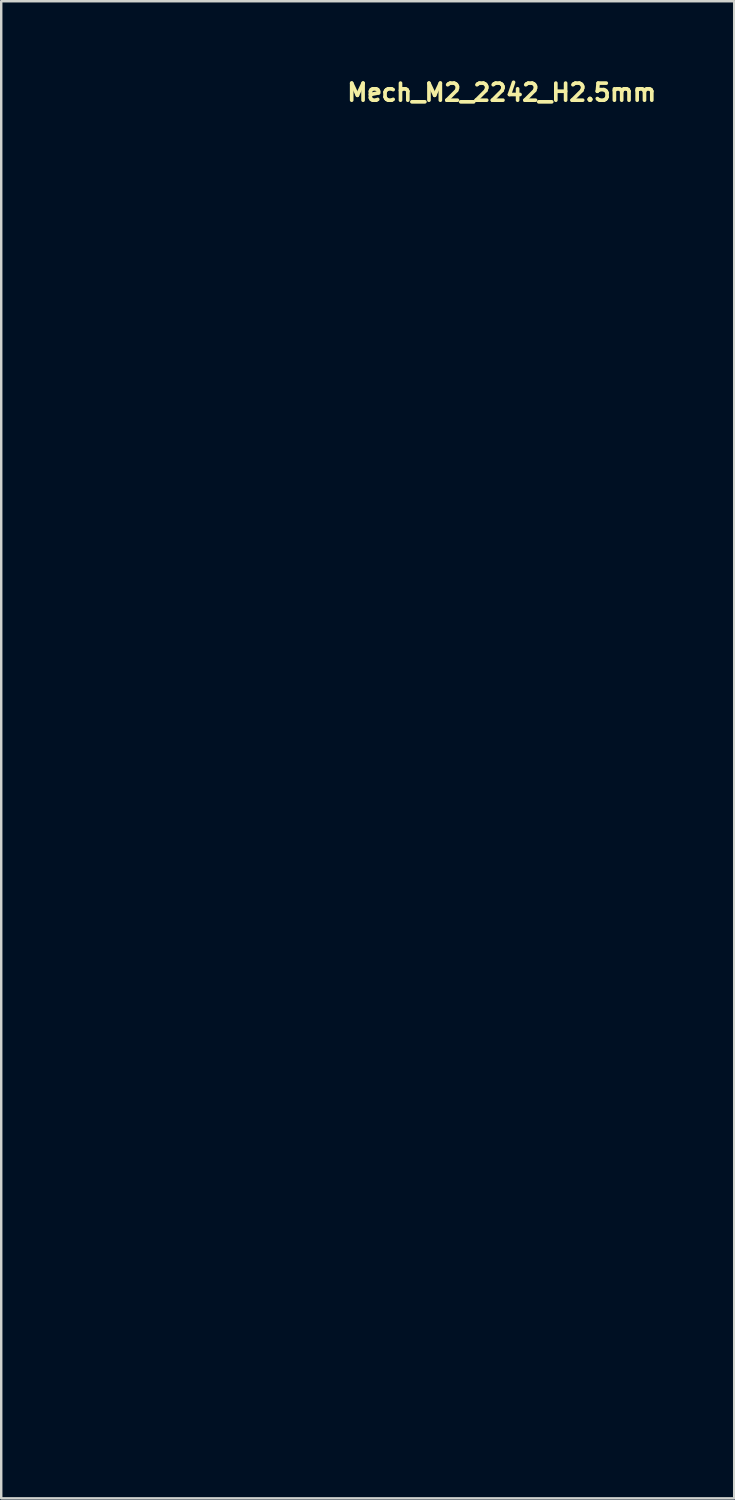
<source format=kicad_pcb>
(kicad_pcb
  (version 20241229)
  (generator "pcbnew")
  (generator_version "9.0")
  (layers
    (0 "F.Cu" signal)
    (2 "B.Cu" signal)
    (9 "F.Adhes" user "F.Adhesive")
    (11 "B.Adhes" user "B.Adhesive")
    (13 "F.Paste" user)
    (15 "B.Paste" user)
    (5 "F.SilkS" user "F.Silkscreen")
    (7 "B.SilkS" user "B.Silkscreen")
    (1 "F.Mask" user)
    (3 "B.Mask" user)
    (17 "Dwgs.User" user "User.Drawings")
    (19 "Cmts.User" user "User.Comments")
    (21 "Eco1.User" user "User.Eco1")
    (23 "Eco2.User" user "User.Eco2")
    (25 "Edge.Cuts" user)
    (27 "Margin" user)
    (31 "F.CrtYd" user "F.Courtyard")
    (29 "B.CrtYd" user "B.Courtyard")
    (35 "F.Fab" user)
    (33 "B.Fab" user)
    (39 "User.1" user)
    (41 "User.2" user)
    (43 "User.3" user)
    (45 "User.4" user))
  (footprint "Mech_M2_2242_H2.5mm"
    (layer "F.Cu")
    (at 11.1 13.26)
    (property "Reference" "Mech_M2_2242_H2.5mm" (at -0.001 -12.11 180) (layer "F.SilkS") (effects (font (size 0.7 0.7) (thickness 0.15)) (justify left bottom)))
    (attr through_hole exclude_from_pos_files exclude_from_bom allow_missing_courtyard)
    (fp_line (start -11 0) (end -11 42.001) (stroke (width 0.2) (type solid)) (layer "Eco1.User"))
    (fp_line (start -11 42.001) (end 10.999 42.001) (stroke (width 0.2) (type solid)) (layer "Eco1.User"))
    (fp_line (start 10.999 0) (end -11 0) (stroke (width 0.2) (type solid)) (layer "Eco1.User"))
    (fp_line (start 10.999 42.001) (end 10.999 0) (stroke (width 0.2) (type solid)) (layer "Eco1.User"))
    (fp_circle (center -0.001 0) (end -1.25 0) (stroke (width 0.2) (type solid)) (fill no) (layer "Eco1.User"))
    (fp_rect (start -11 0) (end 10.999 41.998) (stroke (width 0.1) (type solid)) (fill no) (layer "User.5"))
    (fp_line (start -11 0) (end -2.75 0) (stroke (width 0.02) (type solid)) (layer "User.9"))
    (fp_line (start -11 37.998) (end -11 0) (stroke (width 0.02) (type solid)) (layer "User.9"))
    (fp_line (start -11 37.998) (end 10.999 37.998) (stroke (width 0.02) (type solid)) (layer "User.9"))
    (fp_line (start -10.401 37.999) (end -10.426 37.998) (stroke (width 0.02) (type solid)) (layer "User.9"))
    (fp_line (start -10.376 38.001) (end -10.401 37.999) (stroke (width 0.02) (type solid)) (layer "User.9"))
    (fp_line (start -10.353 38.004) (end -10.376 38.001) (stroke (width 0.02) (type solid)) (layer "User.9"))
    (fp_line (start -10.327 38.008) (end -10.353 38.004) (stroke (width 0.02) (type solid)) (layer "User.9"))
    (fp_line (start -10.305 38.015) (end -10.327 38.008) (stroke (width 0.02) (type solid)) (layer "User.9"))
    (fp_line (start -10.28 38.021) (end -10.305 38.015) (stroke (width 0.02) (type solid)) (layer "User.9"))
    (fp_line (start -10.257 38.028) (end -10.28 38.021) (stroke (width 0.02) (type solid)) (layer "User.9"))
    (fp_line (start -10.234 38.037) (end -10.257 38.028) (stroke (width 0.02) (type solid)) (layer "User.9"))
    (fp_line (start -10.212 38.047) (end -10.234 38.037) (stroke (width 0.02) (type solid)) (layer "User.9"))
    (fp_line (start -10.19 38.057) (end -10.212 38.047) (stroke (width 0.02) (type solid)) (layer "User.9"))
    (fp_line (start -10.17 38.069) (end -10.19 38.057) (stroke (width 0.02) (type solid)) (layer "User.9"))
    (fp_line (start -10.148 38.083) (end -10.17 38.069) (stroke (width 0.02) (type solid)) (layer "User.9"))
    (fp_line (start -10.128 38.097) (end -10.148 38.083) (stroke (width 0.02) (type solid)) (layer "User.9"))
    (fp_line (start -10.109 38.112) (end -10.128 38.097) (stroke (width 0.02) (type solid)) (layer "User.9"))
    (fp_line (start -10.09 38.129) (end -10.109 38.112) (stroke (width 0.02) (type solid)) (layer "User.9"))
    (fp_line (start -10.073 38.146) (end -10.09 38.129) (stroke (width 0.02) (type solid)) (layer "User.9"))
    (fp_line (start -10.073 38.146) (end -10.073 38.146) (stroke (width 0.02) (type solid)) (layer "User.9"))
    (fp_line (start -10.055 38.164) (end -10.073 38.146) (stroke (width 0.02) (type solid)) (layer "User.9"))
    (fp_line (start -10.039 38.182) (end -10.055 38.164) (stroke (width 0.02) (type solid)) (layer "User.9"))
    (fp_line (start -10.025 38.202) (end -10.039 38.182) (stroke (width 0.02) (type solid)) (layer "User.9"))
    (fp_line (start -10.01 38.222) (end -10.025 38.202) (stroke (width 0.02) (type solid)) (layer "User.9"))
    (fp_line (start -9.997 38.243) (end -10.01 38.222) (stroke (width 0.02) (type solid)) (layer "User.9"))
    (fp_line (start -9.984 38.263) (end -9.997 38.243) (stroke (width 0.02) (type solid)) (layer "User.9"))
    (fp_line (start -9.974 38.286) (end -9.984 38.263) (stroke (width 0.02) (type solid)) (layer "User.9"))
    (fp_line (start -9.965 38.307) (end -9.974 38.286) (stroke (width 0.02) (type solid)) (layer "User.9"))
    (fp_line (start -9.955 38.33) (end -9.965 38.307) (stroke (width 0.02) (type solid)) (layer "User.9"))
    (fp_line (start -9.948 38.353) (end -9.955 38.33) (stroke (width 0.02) (type solid)) (layer "User.9"))
    (fp_line (start -9.942 38.377) (end -9.948 38.353) (stroke (width 0.02) (type solid)) (layer "User.9"))
    (fp_line (start -9.936 38.402) (end -9.942 38.377) (stroke (width 0.02) (type solid)) (layer "User.9"))
    (fp_line (start -9.932 38.426) (end -9.936 38.402) (stroke (width 0.02) (type solid)) (layer "User.9"))
    (fp_line (start -9.929 38.449) (end -9.932 38.426) (stroke (width 0.02) (type solid)) (layer "User.9"))
    (fp_line (start -9.926 38.475) (end -9.929 38.449) (stroke (width 0.02) (type solid)) (layer "User.9"))
    (fp_line (start -9.926 38.498) (end -9.926 38.475) (stroke (width 0.02) (type solid)) (layer "User.9"))
    (fp_line (start -9.926 41.998) (end -9.926 38.498) (stroke (width 0.02) (type solid)) (layer "User.9"))
    (fp_line (start -9.926 41.998) (end -6.726 41.998) (stroke (width 0.02) (type solid)) (layer "User.9"))
    (fp_line (start -9.426 39.998) (end -9.076 39.998) (stroke (width 0.02) (type solid)) (layer "User.9"))
    (fp_line (start -9.426 41.699) (end -9.426 39.998) (stroke (width 0.02) (type solid)) (layer "User.9"))
    (fp_line (start -9.076 39.998) (end -9.076 41.699) (stroke (width 0.02) (type solid)) (layer "User.9"))
    (fp_line (start -9.076 41.699) (end -9.426 41.699) (stroke (width 0.02) (type solid)) (layer "User.9"))
    (fp_line (start -8.926 39.998) (end -8.576 39.998) (stroke (width 0.02) (type solid)) (layer "User.9"))
    (fp_line (start -8.926 41.699) (end -8.926 39.998) (stroke (width 0.02) (type solid)) (layer "User.9"))
    (fp_line (start -8.576 39.998) (end -8.576 41.699) (stroke (width 0.02) (type solid)) (layer "User.9"))
    (fp_line (start -8.576 41.699) (end -8.926 41.699) (stroke (width 0.02) (type solid)) (layer "User.9"))
    (fp_line (start -8.426 39.998) (end -8.075 39.998) (stroke (width 0.02) (type solid)) (layer "User.9"))
    (fp_line (start -8.426 41.699) (end -8.426 39.998) (stroke (width 0.02) (type solid)) (layer "User.9"))
    (fp_line (start -8.075 39.998) (end -8.075 41.699) (stroke (width 0.02) (type solid)) (layer "User.9"))
    (fp_line (start -8.075 41.699) (end -8.426 41.699) (stroke (width 0.02) (type solid)) (layer "User.9"))
    (fp_line (start -7.925 39.998) (end -7.577 39.998) (stroke (width 0.02) (type solid)) (layer "User.9"))
    (fp_line (start -7.925 41.699) (end -7.925 39.998) (stroke (width 0.02) (type solid)) (layer "User.9"))
    (fp_line (start -7.577 39.998) (end -7.577 41.699) (stroke (width 0.02) (type solid)) (layer "User.9"))
    (fp_line (start -7.577 41.699) (end -7.925 41.699) (stroke (width 0.02) (type solid)) (layer "User.9"))
    (fp_line (start -7.425 39.998) (end -7.077 39.998) (stroke (width 0.02) (type solid)) (layer "User.9"))
    (fp_line (start -7.425 41.699) (end -7.425 39.998) (stroke (width 0.02) (type solid)) (layer "User.9"))
    (fp_line (start -7.077 39.998) (end -7.077 41.699) (stroke (width 0.02) (type solid)) (layer "User.9"))
    (fp_line (start -7.077 41.699) (end -7.425 41.699) (stroke (width 0.02) (type solid)) (layer "User.9"))
    (fp_line (start -6.726 39.068) (end -6.726 39.098) (stroke (width 0.02) (type solid)) (layer "User.9"))
    (fp_line (start -6.726 39.098) (end -6.726 41.998) (stroke (width 0.02) (type solid)) (layer "User.9"))
    (fp_line (start -6.723 39.037) (end -6.726 39.068) (stroke (width 0.02) (type solid)) (layer "User.9"))
    (fp_line (start -6.72 39.007) (end -6.723 39.037) (stroke (width 0.02) (type solid)) (layer "User.9"))
    (fp_line (start -6.713 38.978) (end -6.72 39.007) (stroke (width 0.02) (type solid)) (layer "User.9"))
    (fp_line (start -6.707 38.949) (end -6.713 38.978) (stroke (width 0.02) (type solid)) (layer "User.9"))
    (fp_line (start -6.699 38.92) (end -6.707 38.949) (stroke (width 0.02) (type solid)) (layer "User.9"))
    (fp_line (start -6.689 38.893) (end -6.699 38.92) (stroke (width 0.02) (type solid)) (layer "User.9"))
    (fp_line (start -6.678 38.865) (end -6.689 38.893) (stroke (width 0.02) (type solid)) (layer "User.9"))
    (fp_line (start -6.667 38.838) (end -6.678 38.865) (stroke (width 0.02) (type solid)) (layer "User.9"))
    (fp_line (start -6.654 38.813) (end -6.667 38.838) (stroke (width 0.02) (type solid)) (layer "User.9"))
    (fp_line (start -6.64 38.789) (end -6.654 38.813) (stroke (width 0.02) (type solid)) (layer "User.9"))
    (fp_line (start -6.624 38.763) (end -6.64 38.789) (stroke (width 0.02) (type solid)) (layer "User.9"))
    (fp_line (start -6.606 38.74) (end -6.624 38.763) (stroke (width 0.02) (type solid)) (layer "User.9"))
    (fp_line (start -6.588 38.717) (end -6.606 38.74) (stroke (width 0.02) (type solid)) (layer "User.9"))
    (fp_line (start -6.571 38.696) (end -6.588 38.717) (stroke (width 0.02) (type solid)) (layer "User.9"))
    (fp_line (start -6.55 38.675) (end -6.571 38.696) (stroke (width 0.02) (type solid)) (layer "User.9"))
    (fp_line (start -6.529 38.655) (end -6.55 38.675) (stroke (width 0.02) (type solid)) (layer "User.9"))
    (fp_line (start -6.508 38.637) (end -6.529 38.655) (stroke (width 0.02) (type solid)) (layer "User.9"))
    (fp_line (start -6.484 38.618) (end -6.508 38.637) (stroke (width 0.02) (type solid)) (layer "User.9"))
    (fp_line (start -6.462 38.601) (end -6.484 38.618) (stroke (width 0.02) (type solid)) (layer "User.9"))
    (fp_line (start -6.438 38.586) (end -6.462 38.601) (stroke (width 0.02) (type solid)) (layer "User.9"))
    (fp_line (start -6.412 38.571) (end -6.438 38.586) (stroke (width 0.02) (type solid)) (layer "User.9"))
    (fp_line (start -6.386 38.559) (end -6.412 38.571) (stroke (width 0.02) (type solid)) (layer "User.9"))
    (fp_line (start -6.359 38.547) (end -6.386 38.559) (stroke (width 0.02) (type solid)) (layer "User.9"))
    (fp_line (start -6.332 38.536) (end -6.359 38.547) (stroke (width 0.02) (type solid)) (layer "User.9"))
    (fp_line (start -6.305 38.527) (end -6.332 38.536) (stroke (width 0.02) (type solid)) (layer "User.9"))
    (fp_line (start -6.276 38.519) (end -6.305 38.527) (stroke (width 0.02) (type solid)) (layer "User.9"))
    (fp_line (start -6.247 38.512) (end -6.276 38.519) (stroke (width 0.02) (type solid)) (layer "User.9"))
    (fp_line (start -6.218 38.507) (end -6.247 38.512) (stroke (width 0.02) (type solid)) (layer "User.9"))
    (fp_line (start -6.188 38.502) (end -6.218 38.507) (stroke (width 0.02) (type solid)) (layer "User.9"))
    (fp_line (start -6.156 38.501) (end -6.188 38.502) (stroke (width 0.02) (type solid)) (layer "User.9"))
    (fp_line (start -6.125 38.499) (end -6.156 38.501) (stroke (width 0.02) (type solid)) (layer "User.9"))
    (fp_line (start -6.125 38.499) (end -6.125 38.499) (stroke (width 0.02) (type solid)) (layer "User.9"))
    (fp_line (start -6.095 38.501) (end -6.125 38.499) (stroke (width 0.02) (type solid)) (layer "User.9"))
    (fp_line (start -6.064 38.502) (end -6.095 38.501) (stroke (width 0.02) (type solid)) (layer "User.9"))
    (fp_line (start -6.034 38.507) (end -6.064 38.502) (stroke (width 0.02) (type solid)) (layer "User.9"))
    (fp_line (start -6.005 38.512) (end -6.034 38.507) (stroke (width 0.02) (type solid)) (layer "User.9"))
    (fp_line (start -5.976 38.519) (end -6.005 38.512) (stroke (width 0.02) (type solid)) (layer "User.9"))
    (fp_line (start -5.947 38.527) (end -5.976 38.519) (stroke (width 0.02) (type solid)) (layer "User.9"))
    (fp_line (start -5.92 38.536) (end -5.947 38.527) (stroke (width 0.02) (type solid)) (layer "User.9"))
    (fp_line (start -5.893 38.547) (end -5.92 38.536) (stroke (width 0.02) (type solid)) (layer "User.9"))
    (fp_line (start -5.866 38.559) (end -5.893 38.547) (stroke (width 0.02) (type solid)) (layer "User.9"))
    (fp_line (start -5.84 38.571) (end -5.866 38.559) (stroke (width 0.02) (type solid)) (layer "User.9"))
    (fp_line (start -5.814 38.586) (end -5.84 38.571) (stroke (width 0.02) (type solid)) (layer "User.9"))
    (fp_line (start -5.79 38.601) (end -5.814 38.586) (stroke (width 0.02) (type solid)) (layer "User.9"))
    (fp_line (start -5.768 38.618) (end -5.79 38.601) (stroke (width 0.02) (type solid)) (layer "User.9"))
    (fp_line (start -5.744 38.637) (end -5.768 38.618) (stroke (width 0.02) (type solid)) (layer "User.9"))
    (fp_line (start -5.723 38.655) (end -5.744 38.637) (stroke (width 0.02) (type solid)) (layer "User.9"))
    (fp_line (start -5.702 38.675) (end -5.723 38.655) (stroke (width 0.02) (type solid)) (layer "User.9"))
    (fp_line (start -5.681 38.696) (end -5.702 38.675) (stroke (width 0.02) (type solid)) (layer "User.9"))
    (fp_line (start -5.664 38.717) (end -5.681 38.696) (stroke (width 0.02) (type solid)) (layer "User.9"))
    (fp_line (start -5.646 38.74) (end -5.664 38.717) (stroke (width 0.02) (type solid)) (layer "User.9"))
    (fp_line (start -5.628 38.763) (end -5.646 38.74) (stroke (width 0.02) (type solid)) (layer "User.9"))
    (fp_line (start -5.612 38.789) (end -5.628 38.763) (stroke (width 0.02) (type solid)) (layer "User.9"))
    (fp_line (start -5.598 38.813) (end -5.612 38.789) (stroke (width 0.02) (type solid)) (layer "User.9"))
    (fp_line (start -5.585 38.838) (end -5.598 38.813) (stroke (width 0.02) (type solid)) (layer "User.9"))
    (fp_line (start -5.574 38.865) (end -5.585 38.838) (stroke (width 0.02) (type solid)) (layer "User.9"))
    (fp_line (start -5.563 38.893) (end -5.574 38.865) (stroke (width 0.02) (type solid)) (layer "User.9"))
    (fp_line (start -5.553 38.92) (end -5.563 38.893) (stroke (width 0.02) (type solid)) (layer "User.9"))
    (fp_line (start -5.545 38.949) (end -5.553 38.92) (stroke (width 0.02) (type solid)) (layer "User.9"))
    (fp_line (start -5.539 38.978) (end -5.545 38.949) (stroke (width 0.02) (type solid)) (layer "User.9"))
    (fp_line (start -5.532 39.007) (end -5.539 38.978) (stroke (width 0.02) (type solid)) (layer "User.9"))
    (fp_line (start -5.529 39.037) (end -5.532 39.007) (stroke (width 0.02) (type solid)) (layer "User.9"))
    (fp_line (start -5.526 39.068) (end -5.529 39.037) (stroke (width 0.02) (type solid)) (layer "User.9"))
    (fp_line (start -5.526 39.098) (end -5.526 39.068) (stroke (width 0.02) (type solid)) (layer "User.9"))
    (fp_line (start -5.526 39.098) (end -5.526 41.998) (stroke (width 0.02) (type solid)) (layer "User.9"))
    (fp_line (start -5.526 41.998) (end 5.025 41.998) (stroke (width 0.02) (type solid)) (layer "User.9"))
    (fp_line (start -4.925 39.998) (end -4.577 39.998) (stroke (width 0.02) (type solid)) (layer "User.9"))
    (fp_line (start -4.925 41.699) (end -4.925 39.998) (stroke (width 0.02) (type solid)) (layer "User.9"))
    (fp_line (start -4.577 39.998) (end -4.577 41.699) (stroke (width 0.02) (type solid)) (layer "User.9"))
    (fp_line (start -4.577 41.699) (end -4.925 41.699) (stroke (width 0.02) (type solid)) (layer "User.9"))
    (fp_line (start -4.425 39.998) (end -4.077 39.998) (stroke (width 0.02) (type solid)) (layer "User.9"))
    (fp_line (start -4.425 41.699) (end -4.425 39.998) (stroke (width 0.02) (type solid)) (layer "User.9"))
    (fp_line (start -4.077 39.998) (end -4.077 41.699) (stroke (width 0.02) (type solid)) (layer "User.9"))
    (fp_line (start -4.077 41.699) (end -4.425 41.699) (stroke (width 0.02) (type solid)) (layer "User.9"))
    (fp_line (start -3.926 39.998) (end -3.576 39.998) (stroke (width 0.02) (type solid)) (layer "User.9"))
    (fp_line (start -3.926 41.699) (end -3.926 39.998) (stroke (width 0.02) (type solid)) (layer "User.9"))
    (fp_line (start -3.576 39.998) (end -3.576 41.699) (stroke (width 0.02) (type solid)) (layer "User.9"))
    (fp_line (start -3.576 41.699) (end -3.926 41.699) (stroke (width 0.02) (type solid)) (layer "User.9"))
    (fp_line (start -3.426 39.998) (end -3.077 39.998) (stroke (width 0.02) (type solid)) (layer "User.9"))
    (fp_line (start -3.426 41.699) (end -3.426 39.998) (stroke (width 0.02) (type solid)) (layer "User.9"))
    (fp_line (start -3.077 39.998) (end -3.077 41.699) (stroke (width 0.02) (type solid)) (layer "User.9"))
    (fp_line (start -3.077 41.699) (end -3.426 41.699) (stroke (width 0.02) (type solid)) (layer "User.9"))
    (fp_line (start -2.926 39.998) (end -2.577 39.998) (stroke (width 0.02) (type solid)) (layer "User.9"))
    (fp_line (start -2.926 41.699) (end -2.926 39.998) (stroke (width 0.02) (type solid)) (layer "User.9"))
    (fp_line (start -2.75 0) (end -2.745 0.183) (stroke (width 0.02) (type solid)) (layer "User.9"))
    (fp_line (start -2.75 0) (end -1.75 0) (stroke (width 0.02) (type solid)) (layer "User.9"))
    (fp_line (start -2.745 0.183) (end -2.726 0.364) (stroke (width 0.02) (type solid)) (layer "User.9"))
    (fp_line (start -2.726 0.364) (end -2.698 0.541) (stroke (width 0.02) (type solid)) (layer "User.9"))
    (fp_line (start -2.698 0.541) (end -2.656 0.716) (stroke (width 0.02) (type solid)) (layer "User.9"))
    (fp_line (start -2.656 0.716) (end -2.604 0.887) (stroke (width 0.02) (type solid)) (layer "User.9"))
    (fp_line (start -2.604 0.887) (end -2.54 1.055) (stroke (width 0.02) (type solid)) (layer "User.9"))
    (fp_line (start -2.577 39.998) (end -2.577 41.699) (stroke (width 0.02) (type solid)) (layer "User.9"))
    (fp_line (start -2.577 41.699) (end -2.926 41.699) (stroke (width 0.02) (type solid)) (layer "User.9"))
    (fp_line (start -2.54 1.055) (end -2.467 1.218) (stroke (width 0.02) (type solid)) (layer "User.9"))
    (fp_line (start -2.467 1.218) (end -2.383 1.375) (stroke (width 0.02) (type solid)) (layer "User.9"))
    (fp_line (start -2.426 39.998) (end -2.077 39.998) (stroke (width 0.02) (type solid)) (layer "User.9"))
    (fp_line (start -2.426 41.699) (end -2.426 39.998) (stroke (width 0.02) (type solid)) (layer "User.9"))
    (fp_line (start -2.383 1.375) (end -2.289 1.526) (stroke (width 0.02) (type solid)) (layer "User.9"))
    (fp_line (start -2.289 1.526) (end -2.185 1.67) (stroke (width 0.02) (type solid)) (layer "User.9"))
    (fp_line (start -2.185 1.67) (end -2.072 1.809) (stroke (width 0.02) (type solid)) (layer "User.9"))
    (fp_line (start -2.077 39.998) (end -2.077 41.699) (stroke (width 0.02) (type solid)) (layer "User.9"))
    (fp_line (start -2.077 41.699) (end -2.426 41.699) (stroke (width 0.02) (type solid)) (layer "User.9"))
    (fp_line (start -2.072 1.809) (end -1.95 1.94) (stroke (width 0.02) (type solid)) (layer "User.9"))
    (fp_line (start -1.95 1.94) (end -1.819 2.062) (stroke (width 0.02) (type solid)) (layer "User.9"))
    (fp_line (start -1.926 39.998) (end -1.575 39.998) (stroke (width 0.02) (type solid)) (layer "User.9"))
    (fp_line (start -1.926 41.699) (end -1.926 39.998) (stroke (width 0.02) (type solid)) (layer "User.9"))
    (fp_line (start -1.819 2.062) (end -1.68 2.178) (stroke (width 0.02) (type solid)) (layer "User.9"))
    (fp_line (start -1.75 0) (end -1.748 0.116) (stroke (width 0.02) (type solid)) (layer "User.9"))
    (fp_line (start -1.748 0.116) (end -1.736 0.23) (stroke (width 0.02) (type solid)) (layer "User.9"))
    (fp_line (start -1.736 0.23) (end -1.716 0.344) (stroke (width 0.02) (type solid)) (layer "User.9"))
    (fp_line (start -1.716 0.344) (end -1.69 0.455) (stroke (width 0.02) (type solid)) (layer "User.9"))
    (fp_line (start -1.69 0.455) (end -1.657 0.565) (stroke (width 0.02) (type solid)) (layer "User.9"))
    (fp_line (start -1.68 2.178) (end -1.532 2.283) (stroke (width 0.02) (type solid)) (layer "User.9"))
    (fp_line (start -1.657 0.565) (end -1.617 0.67) (stroke (width 0.02) (type solid)) (layer "User.9"))
    (fp_line (start -1.617 0.67) (end -1.569 0.774) (stroke (width 0.02) (type solid)) (layer "User.9"))
    (fp_line (start -1.575 39.998) (end -1.575 41.699) (stroke (width 0.02) (type solid)) (layer "User.9"))
    (fp_line (start -1.575 41.699) (end -1.926 41.699) (stroke (width 0.02) (type solid)) (layer "User.9"))
    (fp_line (start -1.569 0.774) (end -1.516 0.873) (stroke (width 0.02) (type solid)) (layer "User.9"))
    (fp_line (start -1.532 2.283) (end -1.375 2.381) (stroke (width 0.02) (type solid)) (layer "User.9"))
    (fp_line (start -1.516 0.873) (end -1.456 0.971) (stroke (width 0.02) (type solid)) (layer "User.9"))
    (fp_line (start -1.456 0.971) (end -1.391 1.062) (stroke (width 0.02) (type solid)) (layer "User.9"))
    (fp_line (start -1.426 39.998) (end -1.075 39.998) (stroke (width 0.02) (type solid)) (layer "User.9"))
    (fp_line (start -1.426 41.699) (end -1.426 39.998) (stroke (width 0.02) (type solid)) (layer "User.9"))
    (fp_line (start -1.391 1.062) (end -1.319 1.151) (stroke (width 0.02) (type solid)) (layer "User.9"))
    (fp_line (start -1.375 2.381) (end -1.375 2.381) (stroke (width 0.02) (type solid)) (layer "User.9"))
    (fp_line (start -1.375 2.381) (end -1.214 2.466) (stroke (width 0.02) (type solid)) (layer "User.9"))
    (fp_line (start -1.319 1.151) (end -1.242 1.233) (stroke (width 0.02) (type solid)) (layer "User.9"))
    (fp_line (start -1.242 1.233) (end -1.158 1.312) (stroke (width 0.02) (type solid)) (layer "User.9"))
    (fp_line (start -1.214 2.466) (end -1.049 2.541) (stroke (width 0.02) (type solid)) (layer "User.9"))
    (fp_line (start -1.158 1.312) (end -1.069 1.385) (stroke (width 0.02) (type solid)) (layer "User.9"))
    (fp_line (start -1.075 39.998) (end -1.075 41.699) (stroke (width 0.02) (type solid)) (layer "User.9"))
    (fp_line (start -1.075 41.699) (end -1.426 41.699) (stroke (width 0.02) (type solid)) (layer "User.9"))
    (fp_line (start -1.069 1.385) (end -0.975 1.452) (stroke (width 0.02) (type solid)) (layer "User.9"))
    (fp_line (start -1.049 2.541) (end -0.879 2.605) (stroke (width 0.02) (type solid)) (layer "User.9"))
    (fp_line (start -0.975 1.452) (end -0.875 1.515) (stroke (width 0.02) (type solid)) (layer "User.9"))
    (fp_line (start -0.927 39.998) (end -0.576 39.998) (stroke (width 0.02) (type solid)) (layer "User.9"))
    (fp_line (start -0.927 41.699) (end -0.927 39.998) (stroke (width 0.02) (type solid)) (layer "User.9"))
    (fp_line (start -0.879 2.605) (end -0.707 2.657) (stroke (width 0.02) (type solid)) (layer "User.9"))
    (fp_line (start -0.875 1.515) (end -0.875 1.515) (stroke (width 0.02) (type solid)) (layer "User.9"))
    (fp_line (start -0.875 1.515) (end -0.774 1.57) (stroke (width 0.02) (type solid)) (layer "User.9"))
    (fp_line (start -0.774 1.57) (end -0.668 1.617) (stroke (width 0.02) (type solid)) (layer "User.9"))
    (fp_line (start -0.707 2.657) (end -0.533 2.698) (stroke (width 0.02) (type solid)) (layer "User.9"))
    (fp_line (start -0.668 1.617) (end -0.56 1.658) (stroke (width 0.02) (type solid)) (layer "User.9"))
    (fp_line (start -0.576 39.998) (end -0.576 41.699) (stroke (width 0.02) (type solid)) (layer "User.9"))
    (fp_line (start -0.576 41.699) (end -0.927 41.699) (stroke (width 0.02) (type solid)) (layer "User.9"))
    (fp_line (start -0.56 1.658) (end -0.451 1.69) (stroke (width 0.02) (type solid)) (layer "User.9"))
    (fp_line (start -0.533 2.698) (end -0.356 2.725) (stroke (width 0.02) (type solid)) (layer "User.9"))
    (fp_line (start -0.451 1.69) (end -0.34 1.716) (stroke (width 0.02) (type solid)) (layer "User.9"))
    (fp_line (start -0.425 39.998) (end -0.075 39.998) (stroke (width 0.02) (type solid)) (layer "User.9"))
    (fp_line (start -0.425 41.699) (end -0.425 39.998) (stroke (width 0.02) (type solid)) (layer "User.9"))
    (fp_line (start -0.356 2.725) (end -0.178 2.744) (stroke (width 0.02) (type solid)) (layer "User.9"))
    (fp_line (start -0.34 1.716) (end -0.228 1.734) (stroke (width 0.02) (type solid)) (layer "User.9"))
    (fp_line (start -0.228 1.734) (end -0.115 1.745) (stroke (width 0.02) (type solid)) (layer "User.9"))
    (fp_line (start -0.178 2.744) (end 0 2.75) (stroke (width 0.02) (type solid)) (layer "User.9"))
    (fp_line (start -0.115 1.745) (end 0 1.748) (stroke (width 0.02) (type solid)) (layer "User.9"))
    (fp_line (start -0.075 39.998) (end -0.075 41.699) (stroke (width 0.02) (type solid)) (layer "User.9"))
    (fp_line (start -0.075 41.699) (end -0.425 41.699) (stroke (width 0.02) (type solid)) (layer "User.9"))
    (fp_line (start 0 1.748) (end 0.113 1.745) (stroke (width 0.02) (type solid)) (layer "User.9"))
    (fp_line (start 0 2.75) (end 0.176 2.744) (stroke (width 0.02) (type solid)) (layer "User.9"))
    (fp_line (start 0.073 39.998) (end 0.423 39.998) (stroke (width 0.02) (type solid)) (layer "User.9"))
    (fp_line (start 0.073 41.699) (end 0.073 39.998) (stroke (width 0.02) (type solid)) (layer "User.9"))
    (fp_line (start 0.113 1.745) (end 0.226 1.734) (stroke (width 0.02) (type solid)) (layer "User.9"))
    (fp_line (start 0.176 2.744) (end 0.354 2.725) (stroke (width 0.02) (type solid)) (layer "User.9"))
    (fp_line (start 0.226 1.734) (end 0.338 1.716) (stroke (width 0.02) (type solid)) (layer "User.9"))
    (fp_line (start 0.338 1.716) (end 0.449 1.69) (stroke (width 0.02) (type solid)) (layer "User.9"))
    (fp_line (start 0.354 2.725) (end 0.531 2.698) (stroke (width 0.02) (type solid)) (layer "User.9"))
    (fp_line (start 0.423 39.998) (end 0.423 41.699) (stroke (width 0.02) (type solid)) (layer "User.9"))
    (fp_line (start 0.423 41.699) (end 0.073 41.699) (stroke (width 0.02) (type solid)) (layer "User.9"))
    (fp_line (start 0.449 1.69) (end 0.558 1.658) (stroke (width 0.02) (type solid)) (layer "User.9"))
    (fp_line (start 0.531 2.698) (end 0.705 2.657) (stroke (width 0.02) (type solid)) (layer "User.9"))
    (fp_line (start 0.558 1.658) (end 0.666 1.617) (stroke (width 0.02) (type solid)) (layer "User.9"))
    (fp_line (start 0.574 39.998) (end 0.925 39.998) (stroke (width 0.02) (type solid)) (layer "User.9"))
    (fp_line (start 0.574 41.699) (end 0.574 39.998) (stroke (width 0.02) (type solid)) (layer "User.9"))
    (fp_line (start 0.666 1.617) (end 0.772 1.57) (stroke (width 0.02) (type solid)) (layer "User.9"))
    (fp_line (start 0.705 2.657) (end 0.877 2.605) (stroke (width 0.02) (type solid)) (layer "User.9"))
    (fp_line (start 0.772 1.57) (end 0.873 1.515) (stroke (width 0.02) (type solid)) (layer "User.9"))
    (fp_line (start 0.873 1.515) (end 0.873 1.515) (stroke (width 0.02) (type solid)) (layer "User.9"))
    (fp_line (start 0.873 1.515) (end 0.925 1.484) (stroke (width 0.02) (type solid)) (layer "User.9"))
    (fp_line (start 0.877 2.605) (end 1.046 2.541) (stroke (width 0.02) (type solid)) (layer "User.9"))
    (fp_line (start 0.925 1.484) (end 0.973 1.452) (stroke (width 0.02) (type solid)) (layer "User.9"))
    (fp_line (start 0.925 39.998) (end 0.925 41.699) (stroke (width 0.02) (type solid)) (layer "User.9"))
    (fp_line (start 0.925 41.699) (end 0.574 41.699) (stroke (width 0.02) (type solid)) (layer "User.9"))
    (fp_line (start 0.973 1.452) (end 1.021 1.419) (stroke (width 0.02) (type solid)) (layer "User.9"))
    (fp_line (start 1.021 1.419) (end 1.068 1.385) (stroke (width 0.02) (type solid)) (layer "User.9"))
    (fp_line (start 1.046 2.541) (end 1.213 2.466) (stroke (width 0.02) (type solid)) (layer "User.9"))
    (fp_line (start 1.068 1.385) (end 1.112 1.349) (stroke (width 0.02) (type solid)) (layer "User.9"))
    (fp_line (start 1.074 39.998) (end 1.425 39.998) (stroke (width 0.02) (type solid)) (layer "User.9"))
    (fp_line (start 1.074 41.699) (end 1.074 39.998) (stroke (width 0.02) (type solid)) (layer "User.9"))
    (fp_line (start 1.112 1.349) (end 1.155 1.312) (stroke (width 0.02) (type solid)) (layer "User.9"))
    (fp_line (start 1.155 1.312) (end 1.199 1.274) (stroke (width 0.02) (type solid)) (layer "User.9"))
    (fp_line (start 1.199 1.274) (end 1.239 1.233) (stroke (width 0.02) (type solid)) (layer "User.9"))
    (fp_line (start 1.213 2.466) (end 1.374 2.381) (stroke (width 0.02) (type solid)) (layer "User.9"))
    (fp_line (start 1.239 1.233) (end 1.279 1.192) (stroke (width 0.02) (type solid)) (layer "User.9"))
    (fp_line (start 1.279 1.192) (end 1.316 1.151) (stroke (width 0.02) (type solid)) (layer "User.9"))
    (fp_line (start 1.316 1.151) (end 1.354 1.108) (stroke (width 0.02) (type solid)) (layer "User.9"))
    (fp_line (start 1.354 1.108) (end 1.388 1.062) (stroke (width 0.02) (type solid)) (layer "User.9"))
    (fp_line (start 1.374 2.381) (end 1.374 2.381) (stroke (width 0.02) (type solid)) (layer "User.9"))
    (fp_line (start 1.374 2.381) (end 1.453 2.334) (stroke (width 0.02) (type solid)) (layer "User.9"))
    (fp_line (start 1.388 1.062) (end 1.423 1.016) (stroke (width 0.02) (type solid)) (layer "User.9"))
    (fp_line (start 1.423 1.016) (end 1.455 0.971) (stroke (width 0.02) (type solid)) (layer "User.9"))
    (fp_line (start 1.425 39.998) (end 1.425 41.699) (stroke (width 0.02) (type solid)) (layer "User.9"))
    (fp_line (start 1.425 41.699) (end 1.074 41.699) (stroke (width 0.02) (type solid)) (layer "User.9"))
    (fp_line (start 1.453 2.334) (end 1.529 2.283) (stroke (width 0.02) (type solid)) (layer "User.9"))
    (fp_line (start 1.455 0.971) (end 1.485 0.922) (stroke (width 0.02) (type solid)) (layer "User.9"))
    (fp_line (start 1.485 0.922) (end 1.515 0.873) (stroke (width 0.02) (type solid)) (layer "User.9"))
    (fp_line (start 1.515 0.873) (end 1.542 0.824) (stroke (width 0.02) (type solid)) (layer "User.9"))
    (fp_line (start 1.529 2.283) (end 1.604 2.231) (stroke (width 0.02) (type solid)) (layer "User.9"))
    (fp_line (start 1.542 0.824) (end 1.568 0.774) (stroke (width 0.02) (type solid)) (layer "User.9"))
    (fp_line (start 1.568 0.774) (end 1.592 0.722) (stroke (width 0.02) (type solid)) (layer "User.9"))
    (fp_line (start 1.574 39.998) (end 1.925 39.998) (stroke (width 0.02) (type solid)) (layer "User.9"))
    (fp_line (start 1.574 41.699) (end 1.574 39.998) (stroke (width 0.02) (type solid)) (layer "User.9"))
    (fp_line (start 1.592 0.722) (end 1.614 0.67) (stroke (width 0.02) (type solid)) (layer "User.9"))
    (fp_line (start 1.604 2.231) (end 1.677 2.178) (stroke (width 0.02) (type solid)) (layer "User.9"))
    (fp_line (start 1.614 0.67) (end 1.636 0.619) (stroke (width 0.02) (type solid)) (layer "User.9"))
    (fp_line (start 1.636 0.619) (end 1.656 0.565) (stroke (width 0.02) (type solid)) (layer "User.9"))
    (fp_line (start 1.656 0.565) (end 1.673 0.51) (stroke (width 0.02) (type solid)) (layer "User.9"))
    (fp_line (start 1.673 0.51) (end 1.689 0.455) (stroke (width 0.02) (type solid)) (layer "User.9"))
    (fp_line (start 1.677 2.178) (end 1.749 2.122) (stroke (width 0.02) (type solid)) (layer "User.9"))
    (fp_line (start 1.689 0.455) (end 1.703 0.401) (stroke (width 0.02) (type solid)) (layer "User.9"))
    (fp_line (start 1.703 0.401) (end 1.715 0.344) (stroke (width 0.02) (type solid)) (layer "User.9"))
    (fp_line (start 1.715 0.344) (end 1.725 0.288) (stroke (width 0.02) (type solid)) (layer "User.9"))
    (fp_line (start 1.725 0.288) (end 1.733 0.23) (stroke (width 0.02) (type solid)) (layer "User.9"))
    (fp_line (start 1.733 0.23) (end 1.741 0.173) (stroke (width 0.02) (type solid)) (layer "User.9"))
    (fp_line (start 1.741 0.173) (end 1.745 0.116) (stroke (width 0.02) (type solid)) (layer "User.9"))
    (fp_line (start 1.745 0.116) (end 1.749 0.058) (stroke (width 0.02) (type solid)) (layer "User.9"))
    (fp_line (start 1.749 0) (end 2.749 0) (stroke (width 0.02) (type solid)) (layer "User.9"))
    (fp_line (start 1.749 0.058) (end 1.749 0) (stroke (width 0.02) (type solid)) (layer "User.9"))
    (fp_line (start 1.749 2.122) (end 1.816 2.062) (stroke (width 0.02) (type solid)) (layer "User.9"))
    (fp_line (start 1.816 2.062) (end 1.884 2.001) (stroke (width 0.02) (type solid)) (layer "User.9"))
    (fp_line (start 1.884 2.001) (end 1.947 1.94) (stroke (width 0.02) (type solid)) (layer "User.9"))
    (fp_line (start 1.925 39.998) (end 1.925 41.699) (stroke (width 0.02) (type solid)) (layer "User.9"))
    (fp_line (start 1.925 41.699) (end 1.574 41.699) (stroke (width 0.02) (type solid)) (layer "User.9"))
    (fp_line (start 1.947 1.94) (end 2.01 1.875) (stroke (width 0.02) (type solid)) (layer "User.9"))
    (fp_line (start 2.01 1.875) (end 2.069 1.809) (stroke (width 0.02) (type solid)) (layer "User.9"))
    (fp_line (start 2.069 1.809) (end 2.128 1.741) (stroke (width 0.02) (type solid)) (layer "User.9"))
    (fp_line (start 2.075 39.998) (end 2.423 39.998) (stroke (width 0.02) (type solid)) (layer "User.9"))
    (fp_line (start 2.075 41.699) (end 2.075 39.998) (stroke (width 0.02) (type solid)) (layer "User.9"))
    (fp_line (start 2.128 1.741) (end 2.182 1.67) (stroke (width 0.02) (type solid)) (layer "User.9"))
    (fp_line (start 2.182 1.67) (end 2.236 1.599) (stroke (width 0.02) (type solid)) (layer "User.9"))
    (fp_line (start 2.236 1.599) (end 2.286 1.526) (stroke (width 0.02) (type solid)) (layer "User.9"))
    (fp_line (start 2.286 1.526) (end 2.334 1.451) (stroke (width 0.02) (type solid)) (layer "User.9"))
    (fp_line (start 2.334 1.451) (end 2.381 1.375) (stroke (width 0.02) (type solid)) (layer "User.9"))
    (fp_line (start 2.381 1.375) (end 2.423 1.297) (stroke (width 0.02) (type solid)) (layer "User.9"))
    (fp_line (start 2.423 1.297) (end 2.464 1.218) (stroke (width 0.02) (type solid)) (layer "User.9"))
    (fp_line (start 2.423 39.998) (end 2.423 41.699) (stroke (width 0.02) (type solid)) (layer "User.9"))
    (fp_line (start 2.423 41.699) (end 2.075 41.699) (stroke (width 0.02) (type solid)) (layer "User.9"))
    (fp_line (start 2.464 1.218) (end 2.503 1.137) (stroke (width 0.02) (type solid)) (layer "User.9"))
    (fp_line (start 2.503 1.137) (end 2.539 1.055) (stroke (width 0.02) (type solid)) (layer "User.9"))
    (fp_line (start 2.539 1.055) (end 2.572 0.972) (stroke (width 0.02) (type solid)) (layer "User.9"))
    (fp_line (start 2.572 0.972) (end 2.601 0.887) (stroke (width 0.02) (type solid)) (layer "User.9"))
    (fp_line (start 2.575 39.998) (end 2.923 39.998) (stroke (width 0.02) (type solid)) (layer "User.9"))
    (fp_line (start 2.575 41.699) (end 2.575 39.998) (stroke (width 0.02) (type solid)) (layer "User.9"))
    (fp_line (start 2.601 0.887) (end 2.629 0.803) (stroke (width 0.02) (type solid)) (layer "User.9"))
    (fp_line (start 2.629 0.803) (end 2.653 0.716) (stroke (width 0.02) (type solid)) (layer "User.9"))
    (fp_line (start 2.653 0.716) (end 2.676 0.629) (stroke (width 0.02) (type solid)) (layer "User.9"))
    (fp_line (start 2.676 0.629) (end 2.696 0.541) (stroke (width 0.02) (type solid)) (layer "User.9"))
    (fp_line (start 2.696 0.541) (end 2.712 0.452) (stroke (width 0.02) (type solid)) (layer "User.9"))
    (fp_line (start 2.712 0.452) (end 2.725 0.364) (stroke (width 0.02) (type solid)) (layer "User.9"))
    (fp_line (start 2.725 0.364) (end 2.736 0.274) (stroke (width 0.02) (type solid)) (layer "User.9"))
    (fp_line (start 2.736 0.274) (end 2.742 0.183) (stroke (width 0.02) (type solid)) (layer "User.9"))
    (fp_line (start 2.742 0.183) (end 2.748 0.091) (stroke (width 0.02) (type solid)) (layer "User.9"))
    (fp_line (start 2.748 0.091) (end 2.749 0) (stroke (width 0.02) (type solid)) (layer "User.9"))
    (fp_line (start 2.923 39.998) (end 2.923 41.699) (stroke (width 0.02) (type solid)) (layer "User.9"))
    (fp_line (start 2.923 41.699) (end 2.575 41.699) (stroke (width 0.02) (type solid)) (layer "User.9"))
    (fp_line (start 3.075 39.998) (end 3.423 39.998) (stroke (width 0.02) (type solid)) (layer "User.9"))
    (fp_line (start 3.075 41.699) (end 3.075 39.998) (stroke (width 0.02) (type solid)) (layer "User.9"))
    (fp_line (start 3.423 39.998) (end 3.423 41.699) (stroke (width 0.02) (type solid)) (layer "User.9"))
    (fp_line (start 3.423 41.699) (end 3.075 41.699) (stroke (width 0.02) (type solid)) (layer "User.9"))
    (fp_line (start 3.575 39.998) (end 3.923 39.998) (stroke (width 0.02) (type solid)) (layer "User.9"))
    (fp_line (start 3.575 41.699) (end 3.575 39.998) (stroke (width 0.02) (type solid)) (layer "User.9"))
    (fp_line (start 3.923 39.998) (end 3.923 41.699) (stroke (width 0.02) (type solid)) (layer "User.9"))
    (fp_line (start 3.923 41.699) (end 3.575 41.699) (stroke (width 0.02) (type solid)) (layer "User.9"))
    (fp_line (start 4.075 39.998) (end 4.424 39.998) (stroke (width 0.02) (type solid)) (layer "User.9"))
    (fp_line (start 4.075 41.699) (end 4.075 39.998) (stroke (width 0.02) (type solid)) (layer "User.9"))
    (fp_line (start 4.424 39.998) (end 4.424 41.699) (stroke (width 0.02) (type solid)) (layer "User.9"))
    (fp_line (start 4.424 41.699) (end 4.075 41.699) (stroke (width 0.02) (type solid)) (layer "User.9"))
    (fp_line (start 5.025 39.068) (end 5.025 39.098) (stroke (width 0.02) (type solid)) (layer "User.9"))
    (fp_line (start 5.025 39.098) (end 5.025 41.998) (stroke (width 0.02) (type solid)) (layer "User.9"))
    (fp_line (start 5.028 39.037) (end 5.025 39.068) (stroke (width 0.02) (type solid)) (layer "User.9"))
    (fp_line (start 5.03 39.007) (end 5.028 39.037) (stroke (width 0.02) (type solid)) (layer "User.9"))
    (fp_line (start 5.036 38.978) (end 5.03 39.007) (stroke (width 0.02) (type solid)) (layer "User.9"))
    (fp_line (start 5.043 38.949) (end 5.036 38.978) (stroke (width 0.02) (type solid)) (layer "User.9"))
    (fp_line (start 5.052 38.92) (end 5.043 38.949) (stroke (width 0.02) (type solid)) (layer "User.9"))
    (fp_line (start 5.06 38.893) (end 5.052 38.92) (stroke (width 0.02) (type solid)) (layer "User.9"))
    (fp_line (start 5.071 38.865) (end 5.06 38.893) (stroke (width 0.02) (type solid)) (layer "User.9"))
    (fp_line (start 5.084 38.838) (end 5.071 38.865) (stroke (width 0.02) (type solid)) (layer "User.9"))
    (fp_line (start 5.097 38.813) (end 5.084 38.838) (stroke (width 0.02) (type solid)) (layer "User.9"))
    (fp_line (start 5.11 38.789) (end 5.097 38.813) (stroke (width 0.02) (type solid)) (layer "User.9"))
    (fp_line (start 5.126 38.763) (end 5.11 38.789) (stroke (width 0.02) (type solid)) (layer "User.9"))
    (fp_line (start 5.144 38.74) (end 5.126 38.763) (stroke (width 0.02) (type solid)) (layer "User.9"))
    (fp_line (start 5.161 38.717) (end 5.144 38.74) (stroke (width 0.02) (type solid)) (layer "User.9"))
    (fp_line (start 5.179 38.696) (end 5.161 38.717) (stroke (width 0.02) (type solid)) (layer "User.9"))
    (fp_line (start 5.2 38.675) (end 5.179 38.696) (stroke (width 0.02) (type solid)) (layer "User.9"))
    (fp_line (start 5.22 38.655) (end 5.2 38.675) (stroke (width 0.02) (type solid)) (layer "User.9"))
    (fp_line (start 5.243 38.637) (end 5.22 38.655) (stroke (width 0.02) (type solid)) (layer "User.9"))
    (fp_line (start 5.265 38.618) (end 5.243 38.637) (stroke (width 0.02) (type solid)) (layer "User.9"))
    (fp_line (start 5.288 38.601) (end 5.265 38.618) (stroke (width 0.02) (type solid)) (layer "User.9"))
    (fp_line (start 5.312 38.586) (end 5.288 38.601) (stroke (width 0.02) (type solid)) (layer "User.9"))
    (fp_line (start 5.339 38.571) (end 5.312 38.586) (stroke (width 0.02) (type solid)) (layer "User.9"))
    (fp_line (start 5.363 38.559) (end 5.339 38.571) (stroke (width 0.02) (type solid)) (layer "User.9"))
    (fp_line (start 5.39 38.547) (end 5.363 38.559) (stroke (width 0.02) (type solid)) (layer "User.9"))
    (fp_line (start 5.418 38.536) (end 5.39 38.547) (stroke (width 0.02) (type solid)) (layer "User.9"))
    (fp_line (start 5.445 38.527) (end 5.418 38.536) (stroke (width 0.02) (type solid)) (layer "User.9"))
    (fp_line (start 5.475 38.519) (end 5.445 38.527) (stroke (width 0.02) (type solid)) (layer "User.9"))
    (fp_line (start 5.504 38.512) (end 5.475 38.519) (stroke (width 0.02) (type solid)) (layer "User.9"))
    (fp_line (start 5.533 38.507) (end 5.504 38.512) (stroke (width 0.02) (type solid)) (layer "User.9"))
    (fp_line (start 5.562 38.502) (end 5.533 38.507) (stroke (width 0.02) (type solid)) (layer "User.9"))
    (fp_line (start 5.594 38.501) (end 5.562 38.502) (stroke (width 0.02) (type solid)) (layer "User.9"))
    (fp_line (start 5.624 38.499) (end 5.594 38.501) (stroke (width 0.02) (type solid)) (layer "User.9"))
    (fp_line (start 5.624 38.499) (end 5.624 38.499) (stroke (width 0.02) (type solid)) (layer "User.9"))
    (fp_line (start 5.655 38.501) (end 5.624 38.499) (stroke (width 0.02) (type solid)) (layer "User.9"))
    (fp_line (start 5.685 38.502) (end 5.655 38.501) (stroke (width 0.02) (type solid)) (layer "User.9"))
    (fp_line (start 5.716 38.507) (end 5.685 38.502) (stroke (width 0.02) (type solid)) (layer "User.9"))
    (fp_line (start 5.744 38.512) (end 5.716 38.507) (stroke (width 0.02) (type solid)) (layer "User.9"))
    (fp_line (start 5.773 38.519) (end 5.744 38.512) (stroke (width 0.02) (type solid)) (layer "User.9"))
    (fp_line (start 5.802 38.527) (end 5.773 38.519) (stroke (width 0.02) (type solid)) (layer "User.9"))
    (fp_line (start 5.831 38.536) (end 5.802 38.527) (stroke (width 0.02) (type solid)) (layer "User.9"))
    (fp_line (start 5.858 38.547) (end 5.831 38.536) (stroke (width 0.02) (type solid)) (layer "User.9"))
    (fp_line (start 5.884 38.559) (end 5.858 38.547) (stroke (width 0.02) (type solid)) (layer "User.9"))
    (fp_line (start 5.91 38.571) (end 5.884 38.559) (stroke (width 0.02) (type solid)) (layer "User.9"))
    (fp_line (start 5.935 38.586) (end 5.91 38.571) (stroke (width 0.02) (type solid)) (layer "User.9"))
    (fp_line (start 5.959 38.601) (end 5.935 38.586) (stroke (width 0.02) (type solid)) (layer "User.9"))
    (fp_line (start 5.983 38.618) (end 5.959 38.601) (stroke (width 0.02) (type solid)) (layer "User.9"))
    (fp_line (start 6.006 38.637) (end 5.983 38.618) (stroke (width 0.02) (type solid)) (layer "User.9"))
    (fp_line (start 6.028 38.655) (end 6.006 38.637) (stroke (width 0.02) (type solid)) (layer "User.9"))
    (fp_line (start 6.049 38.675) (end 6.028 38.655) (stroke (width 0.02) (type solid)) (layer "User.9"))
    (fp_line (start 6.068 38.696) (end 6.049 38.675) (stroke (width 0.02) (type solid)) (layer "User.9"))
    (fp_line (start 6.086 38.717) (end 6.068 38.696) (stroke (width 0.02) (type solid)) (layer "User.9"))
    (fp_line (start 6.105 38.74) (end 6.086 38.717) (stroke (width 0.02) (type solid)) (layer "User.9"))
    (fp_line (start 6.121 38.763) (end 6.105 38.74) (stroke (width 0.02) (type solid)) (layer "User.9"))
    (fp_line (start 6.137 38.789) (end 6.121 38.763) (stroke (width 0.02) (type solid)) (layer "User.9"))
    (fp_line (start 6.152 38.813) (end 6.137 38.789) (stroke (width 0.02) (type solid)) (layer "User.9"))
    (fp_line (start 6.164 38.838) (end 6.152 38.813) (stroke (width 0.02) (type solid)) (layer "User.9"))
    (fp_line (start 6.177 38.865) (end 6.164 38.838) (stroke (width 0.02) (type solid)) (layer "User.9"))
    (fp_line (start 6.187 38.893) (end 6.177 38.865) (stroke (width 0.02) (type solid)) (layer "User.9"))
    (fp_line (start 6.196 38.92) (end 6.187 38.893) (stroke (width 0.02) (type solid)) (layer "User.9"))
    (fp_line (start 6.206 38.949) (end 6.196 38.92) (stroke (width 0.02) (type solid)) (layer "User.9"))
    (fp_line (start 6.211 38.978) (end 6.206 38.949) (stroke (width 0.02) (type solid)) (layer "User.9"))
    (fp_line (start 6.217 39.007) (end 6.211 38.978) (stroke (width 0.02) (type solid)) (layer "User.9"))
    (fp_line (start 6.22 39.037) (end 6.217 39.007) (stroke (width 0.02) (type solid)) (layer "User.9"))
    (fp_line (start 6.224 39.068) (end 6.22 39.037) (stroke (width 0.02) (type solid)) (layer "User.9"))
    (fp_line (start 6.224 39.098) (end 6.224 39.068) (stroke (width 0.02) (type solid)) (layer "User.9"))
    (fp_line (start 6.224 39.098) (end 6.224 41.998) (stroke (width 0.02) (type solid)) (layer "User.9"))
    (fp_line (start 6.224 41.998) (end 9.925 41.998) (stroke (width 0.02) (type solid)) (layer "User.9"))
    (fp_line (start 6.575 39.998) (end 6.924 39.998) (stroke (width 0.02) (type solid)) (layer "User.9"))
    (fp_line (start 6.575 41.699) (end 6.575 39.998) (stroke (width 0.02) (type solid)) (layer "User.9"))
    (fp_line (start 6.924 39.998) (end 6.924 41.699) (stroke (width 0.02) (type solid)) (layer "User.9"))
    (fp_line (start 6.924 41.699) (end 6.575 41.699) (stroke (width 0.02) (type solid)) (layer "User.9"))
    (fp_line (start 7.075 39.998) (end 7.424 39.998) (stroke (width 0.02) (type solid)) (layer "User.9"))
    (fp_line (start 7.075 41.699) (end 7.075 39.998) (stroke (width 0.02) (type solid)) (layer "User.9"))
    (fp_line (start 7.424 39.998) (end 7.424 41.699) (stroke (width 0.02) (type solid)) (layer "User.9"))
    (fp_line (start 7.424 41.699) (end 7.075 41.699) (stroke (width 0.02) (type solid)) (layer "User.9"))
    (fp_line (start 7.575 39.998) (end 7.924 39.998) (stroke (width 0.02) (type solid)) (layer "User.9"))
    (fp_line (start 7.575 41.699) (end 7.575 39.998) (stroke (width 0.02) (type solid)) (layer "User.9"))
    (fp_line (start 7.924 39.998) (end 7.924 41.699) (stroke (width 0.02) (type solid)) (layer "User.9"))
    (fp_line (start 7.924 41.699) (end 7.575 41.699) (stroke (width 0.02) (type solid)) (layer "User.9"))
    (fp_line (start 8.073 39.998) (end 8.425 39.998) (stroke (width 0.02) (type solid)) (layer "User.9"))
    (fp_line (start 8.073 41.699) (end 8.073 39.998) (stroke (width 0.02) (type solid)) (layer "User.9"))
    (fp_line (start 8.425 39.998) (end 8.425 41.699) (stroke (width 0.02) (type solid)) (layer "User.9"))
    (fp_line (start 8.425 41.699) (end 8.073 41.699) (stroke (width 0.02) (type solid)) (layer "User.9"))
    (fp_line (start 8.573 39.998) (end 8.925 39.998) (stroke (width 0.02) (type solid)) (layer "User.9"))
    (fp_line (start 8.573 41.699) (end 8.573 39.998) (stroke (width 0.02) (type solid)) (layer "User.9"))
    (fp_line (start 8.925 39.998) (end 8.925 41.699) (stroke (width 0.02) (type solid)) (layer "User.9"))
    (fp_line (start 8.925 41.699) (end 8.573 41.699) (stroke (width 0.02) (type solid)) (layer "User.9"))
    (fp_line (start 9.073 39.998) (end 9.425 39.998) (stroke (width 0.02) (type solid)) (layer "User.9"))
    (fp_line (start 9.073 39.998) (end 9.425 39.998) (stroke (width 0.02) (type solid)) (layer "User.9"))
    (fp_line (start 9.073 41.699) (end 9.073 39.998) (stroke (width 0.02) (type solid)) (layer "User.9"))
    (fp_line (start 9.073 41.699) (end 9.073 39.998) (stroke (width 0.02) (type solid)) (layer "User.9"))
    (fp_line (start 9.425 39.998) (end 9.425 41.699) (stroke (width 0.02) (type solid)) (layer "User.9"))
    (fp_line (start 9.425 39.998) (end 9.425 41.699) (stroke (width 0.02) (type solid)) (layer "User.9"))
    (fp_line (start 9.425 41.699) (end 9.073 41.699) (stroke (width 0.02) (type solid)) (layer "User.9"))
    (fp_line (start 9.425 41.699) (end 9.073 41.699) (stroke (width 0.02) (type solid)) (layer "User.9"))
    (fp_line (start 9.925 38.475) (end 9.925 38.498) (stroke (width 0.02) (type solid)) (layer "User.9"))
    (fp_line (start 9.925 41.998) (end 9.925 38.498) (stroke (width 0.02) (type solid)) (layer "User.9"))
    (fp_line (start 9.926 38.449) (end 9.925 38.475) (stroke (width 0.02) (type solid)) (layer "User.9"))
    (fp_line (start 9.929 38.426) (end 9.926 38.449) (stroke (width 0.02) (type solid)) (layer "User.9"))
    (fp_line (start 9.934 38.402) (end 9.929 38.426) (stroke (width 0.02) (type solid)) (layer "User.9"))
    (fp_line (start 9.939 38.377) (end 9.934 38.402) (stroke (width 0.02) (type solid)) (layer "User.9"))
    (fp_line (start 9.945 38.353) (end 9.939 38.377) (stroke (width 0.02) (type solid)) (layer "User.9"))
    (fp_line (start 9.954 38.33) (end 9.945 38.353) (stroke (width 0.02) (type solid)) (layer "User.9"))
    (fp_line (start 9.963 38.307) (end 9.954 38.33) (stroke (width 0.02) (type solid)) (layer "User.9"))
    (fp_line (start 9.971 38.286) (end 9.963 38.307) (stroke (width 0.02) (type solid)) (layer "User.9"))
    (fp_line (start 9.983 38.263) (end 9.971 38.286) (stroke (width 0.02) (type solid)) (layer "User.9"))
    (fp_line (start 9.995 38.243) (end 9.983 38.263) (stroke (width 0.02) (type solid)) (layer "User.9"))
    (fp_line (start 10.009 38.222) (end 9.995 38.243) (stroke (width 0.02) (type solid)) (layer "User.9"))
    (fp_line (start 10.022 38.202) (end 10.009 38.222) (stroke (width 0.02) (type solid)) (layer "User.9"))
    (fp_line (start 10.038 38.182) (end 10.022 38.202) (stroke (width 0.02) (type solid)) (layer "User.9"))
    (fp_line (start 10.054 38.164) (end 10.038 38.182) (stroke (width 0.02) (type solid)) (layer "User.9"))
    (fp_line (start 10.07 38.146) (end 10.054 38.164) (stroke (width 0.02) (type solid)) (layer "User.9"))
    (fp_line (start 10.07 38.146) (end 10.07 38.146) (stroke (width 0.02) (type solid)) (layer "User.9"))
    (fp_line (start 10.089 38.129) (end 10.07 38.146) (stroke (width 0.02) (type solid)) (layer "User.9"))
    (fp_line (start 10.108 38.112) (end 10.089 38.129) (stroke (width 0.02) (type solid)) (layer "User.9"))
    (fp_line (start 10.127 38.097) (end 10.108 38.112) (stroke (width 0.02) (type solid)) (layer "User.9"))
    (fp_line (start 10.147 38.083) (end 10.127 38.097) (stroke (width 0.02) (type solid)) (layer "User.9"))
    (fp_line (start 10.168 38.069) (end 10.147 38.083) (stroke (width 0.02) (type solid)) (layer "User.9"))
    (fp_line (start 10.188 38.057) (end 10.168 38.069) (stroke (width 0.02) (type solid)) (layer "User.9"))
    (fp_line (start 10.211 38.047) (end 10.188 38.057) (stroke (width 0.02) (type solid)) (layer "User.9"))
    (fp_line (start 10.233 38.037) (end 10.211 38.047) (stroke (width 0.02) (type solid)) (layer "User.9"))
    (fp_line (start 10.256 38.028) (end 10.233 38.037) (stroke (width 0.02) (type solid)) (layer "User.9"))
    (fp_line (start 10.278 38.021) (end 10.256 38.028) (stroke (width 0.02) (type solid)) (layer "User.9"))
    (fp_line (start 10.303 38.015) (end 10.278 38.021) (stroke (width 0.02) (type solid)) (layer "User.9"))
    (fp_line (start 10.326 38.008) (end 10.303 38.015) (stroke (width 0.02) (type solid)) (layer "User.9"))
    (fp_line (start 10.351 38.004) (end 10.326 38.008) (stroke (width 0.02) (type solid)) (layer "User.9"))
    (fp_line (start 10.374 38.001) (end 10.351 38.004) (stroke (width 0.02) (type solid)) (layer "User.9"))
    (fp_line (start 10.4 37.999) (end 10.374 38.001) (stroke (width 0.02) (type solid)) (layer "User.9"))
    (fp_line (start 10.425 37.998) (end 10.4 37.999) (stroke (width 0.02) (type solid)) (layer "User.9"))
    (fp_line (start 10.999 0) (end 2.749 0) (stroke (width 0.02) (type solid)) (layer "User.9"))
    (fp_line (start 10.999 37.998) (end 10.999 0) (stroke (width 0.02) (type solid)) (layer "User.9")))
  (gr_rect
    (start -3 -3)
    (end 27.042 58.361)
    (stroke (width 0.1) (type default))
    (fill no)
    (layer "Edge.Cuts")))
</source>
